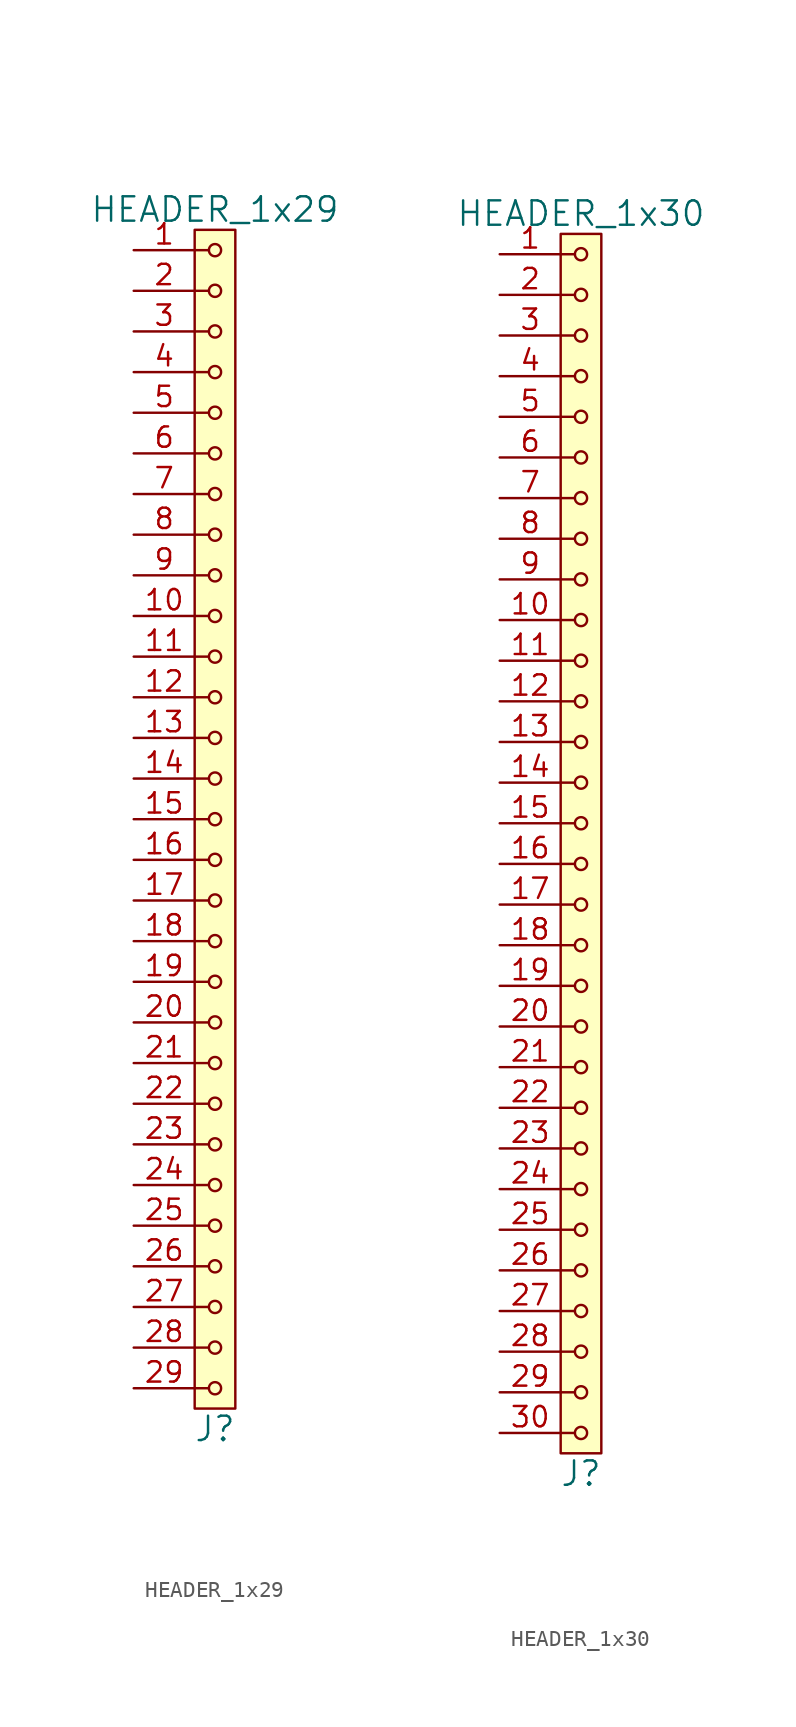
<source format=kicad_sym>
(kicad_symbol_lib
  (version 20211014)
  (generator kicad_symbol_editor)
  (symbol "HEADER_1x29"
    (pin_names
      (offset 1.016))
    (property "Reference" "J"
      (at 0 -38.1 0)
      (effects (font (size 1.524 1.524))))
    (property "Value" "HEADER_1x29"
      (at 0 38.1 0)
      (effects (font (size 1.524 1.524))))
    (property "Footprint" ""
      (at 0 35.56 0)
      (effects (font (size 1.524 1.524))))
    (property "Datasheet" ""
      (at 0 35.56 0)
      (effects (font (size 1.524 1.524))))
    (symbol "HEADER_1x29_0_1"
      (rectangle (start -1.27 36.83) (end 1.27 -36.83) (stroke (width 0) (type default) (color 0 0 0 0)) (fill (type background)))
      (circle (center 0 -35.56) (radius 0.381) (stroke (width 0) (type default) (color 0 0 0 0)) (fill (type none)))
      (circle (center 0 -33.02) (radius 0.381) (stroke (width 0) (type default) (color 0 0 0 0)) (fill (type none)))
      (circle (center 0 -30.48) (radius 0.381) (stroke (width 0) (type default) (color 0 0 0 0)) (fill (type none)))
      (circle (center 0 -27.94) (radius 0.381) (stroke (width 0) (type default) (color 0 0 0 0)) (fill (type none)))
      (circle (center 0 -25.4) (radius 0.381) (stroke (width 0) (type default) (color 0 0 0 0)) (fill (type none)))
      (circle (center 0 -22.86) (radius 0.381) (stroke (width 0) (type default) (color 0 0 0 0)) (fill (type none)))
      (circle (center 0 -20.32) (radius 0.381) (stroke (width 0) (type default) (color 0 0 0 0)) (fill (type none)))
      (circle (center 0 -17.78) (radius 0.381) (stroke (width 0) (type default) (color 0 0 0 0)) (fill (type none)))
      (circle (center 0 -15.24) (radius 0.381) (stroke (width 0) (type default) (color 0 0 0 0)) (fill (type none)))
      (circle (center 0 -12.7) (radius 0.381) (stroke (width 0) (type default) (color 0 0 0 0)) (fill (type none)))
      (circle (center 0 -10.16) (radius 0.381) (stroke (width 0) (type default) (color 0 0 0 0)) (fill (type none)))
      (circle (center 0 -7.62) (radius 0.381) (stroke (width 0) (type default) (color 0 0 0 0)) (fill (type none)))
      (circle (center 0 -5.08) (radius 0.381) (stroke (width 0) (type default) (color 0 0 0 0)) (fill (type none)))
      (circle (center 0 -2.54) (radius 0.381) (stroke (width 0) (type default) (color 0 0 0 0)) (fill (type none)))
      (polyline (pts (xy -1.27 -35.56) (xy -0.381 -35.56)) (stroke (width 0) (type default) (color 0 0 0 0)) (fill (type none)))
      (polyline (pts (xy -1.27 -33.02) (xy -0.381 -33.02)) (stroke (width 0) (type default) (color 0 0 0 0)) (fill (type none)))
      (polyline (pts (xy -1.27 -30.48) (xy -0.381 -30.48)) (stroke (width 0) (type default) (color 0 0 0 0)) (fill (type none)))
      (polyline (pts (xy -1.27 -27.94) (xy -0.381 -27.94)) (stroke (width 0) (type default) (color 0 0 0 0)) (fill (type none)))
      (polyline (pts (xy -1.27 -25.4) (xy -0.381 -25.4)) (stroke (width 0) (type default) (color 0 0 0 0)) (fill (type none)))
      (polyline (pts (xy -1.27 -22.86) (xy -0.381 -22.86)) (stroke (width 0) (type default) (color 0 0 0 0)) (fill (type none)))
      (polyline (pts (xy -1.27 -20.32) (xy -0.381 -20.32)) (stroke (width 0) (type default) (color 0 0 0 0)) (fill (type none)))
      (polyline (pts (xy -1.27 -17.78) (xy -0.381 -17.78)) (stroke (width 0) (type default) (color 0 0 0 0)) (fill (type none)))
      (polyline (pts (xy -1.27 -15.24) (xy -0.381 -15.24)) (stroke (width 0) (type default) (color 0 0 0 0)) (fill (type none)))
      (polyline (pts (xy -1.27 -12.7) (xy -0.381 -12.7)) (stroke (width 0) (type default) (color 0 0 0 0)) (fill (type none)))
      (polyline (pts (xy -1.27 -10.16) (xy -0.381 -10.16)) (stroke (width 0) (type default) (color 0 0 0 0)) (fill (type none)))
      (polyline (pts (xy -1.27 -7.62) (xy -0.381 -7.62)) (stroke (width 0) (type default) (color 0 0 0 0)) (fill (type none)))
      (polyline (pts (xy -1.27 -5.08) (xy -0.381 -5.08)) (stroke (width 0) (type default) (color 0 0 0 0)) (fill (type none)))
      (polyline (pts (xy -1.27 -2.54) (xy -0.381 -2.54)) (stroke (width 0) (type default) (color 0 0 0 0)) (fill (type none)))
      (polyline (pts (xy -1.27 0) (xy -0.381 0)) (stroke (width 0) (type default) (color 0 0 0 0)) (fill (type none)))
      (polyline (pts (xy -1.27 2.54) (xy -0.381 2.54)) (stroke (width 0) (type default) (color 0 0 0 0)) (fill (type none)))
      (polyline (pts (xy -1.27 5.08) (xy -0.381 5.08)) (stroke (width 0) (type default) (color 0 0 0 0)) (fill (type none)))
      (polyline (pts (xy -1.27 7.62) (xy -0.381 7.62)) (stroke (width 0) (type default) (color 0 0 0 0)) (fill (type none)))
      (polyline (pts (xy -1.27 10.16) (xy -0.381 10.16)) (stroke (width 0) (type default) (color 0 0 0 0)) (fill (type none)))
      (polyline (pts (xy -1.27 12.7) (xy -0.381 12.7)) (stroke (width 0) (type default) (color 0 0 0 0)) (fill (type none)))
      (polyline (pts (xy -1.27 15.24) (xy -0.381 15.24)) (stroke (width 0) (type default) (color 0 0 0 0)) (fill (type none)))
      (polyline (pts (xy -1.27 17.78) (xy -0.381 17.78)) (stroke (width 0) (type default) (color 0 0 0 0)) (fill (type none)))
      (polyline (pts (xy -1.27 20.32) (xy -0.381 20.32)) (stroke (width 0) (type default) (color 0 0 0 0)) (fill (type none)))
      (polyline (pts (xy -1.27 22.86) (xy -0.381 22.86)) (stroke (width 0) (type default) (color 0 0 0 0)) (fill (type none)))
      (polyline (pts (xy -1.27 25.4) (xy -0.381 25.4)) (stroke (width 0) (type default) (color 0 0 0 0)) (fill (type none)))
      (polyline (pts (xy -1.27 27.94) (xy -0.381 27.94)) (stroke (width 0) (type default) (color 0 0 0 0)) (fill (type none)))
      (polyline (pts (xy -1.27 30.48) (xy -0.381 30.48)) (stroke (width 0) (type default) (color 0 0 0 0)) (fill (type none)))
      (polyline (pts (xy -1.27 33.02) (xy -0.381 33.02)) (stroke (width 0) (type default) (color 0 0 0 0)) (fill (type none)))
      (polyline (pts (xy -1.27 35.56) (xy -0.381 35.56)) (stroke (width 0) (type default) (color 0 0 0 0)) (fill (type none)))
      (circle (center 0 0) (radius 0.381) (stroke (width 0) (type default) (color 0 0 0 0)) (fill (type none)))
      (circle (center 0 2.54) (radius 0.381) (stroke (width 0) (type default) (color 0 0 0 0)) (fill (type none)))
      (circle (center 0 5.08) (radius 0.381) (stroke (width 0) (type default) (color 0 0 0 0)) (fill (type none)))
      (circle (center 0 7.62) (radius 0.381) (stroke (width 0) (type default) (color 0 0 0 0)) (fill (type none)))
      (circle (center 0 10.16) (radius 0.381) (stroke (width 0) (type default) (color 0 0 0 0)) (fill (type none)))
      (circle (center 0 12.7) (radius 0.381) (stroke (width 0) (type default) (color 0 0 0 0)) (fill (type none)))
      (circle (center 0 15.24) (radius 0.381) (stroke (width 0) (type default) (color 0 0 0 0)) (fill (type none)))
      (circle (center 0 17.78) (radius 0.381) (stroke (width 0) (type default) (color 0 0 0 0)) (fill (type none)))
      (circle (center 0 20.32) (radius 0.381) (stroke (width 0) (type default) (color 0 0 0 0)) (fill (type none)))
      (circle (center 0 22.86) (radius 0.381) (stroke (width 0) (type default) (color 0 0 0 0)) (fill (type none)))
      (circle (center 0 25.4) (radius 0.381) (stroke (width 0) (type default) (color 0 0 0 0)) (fill (type none)))
      (circle (center 0 27.94) (radius 0.381) (stroke (width 0) (type default) (color 0 0 0 0)) (fill (type none)))
      (circle (center 0 30.48) (radius 0.381) (stroke (width 0) (type default) (color 0 0 0 0)) (fill (type none)))
      (circle (center 0 33.02) (radius 0.381) (stroke (width 0) (type default) (color 0 0 0 0)) (fill (type none)))
      (circle (center 0 35.56) (radius 0.381) (stroke (width 0) (type default) (color 0 0 0 0)) (fill (type none))))
    (symbol "HEADER_1x29_1_1"
      (pin input line (at -5.08 35.56 0) (length 3.81) (name "~" (effects (font (size 1.27 1.27)))) (number "1" (effects (font (size 1.27 1.27)))))
      (pin input line (at -5.08 12.7 0) (length 3.81) (name "~" (effects (font (size 1.27 1.27)))) (number "10" (effects (font (size 1.27 1.27)))))
      (pin input line (at -5.08 10.16 0) (length 3.81) (name "~" (effects (font (size 1.27 1.27)))) (number "11" (effects (font (size 1.27 1.27)))))
      (pin input line (at -5.08 7.62 0) (length 3.81) (name "~" (effects (font (size 1.27 1.27)))) (number "12" (effects (font (size 1.27 1.27)))))
      (pin input line (at -5.08 5.08 0) (length 3.81) (name "~" (effects (font (size 1.27 1.27)))) (number "13" (effects (font (size 1.27 1.27)))))
      (pin input line (at -5.08 2.54 0) (length 3.81) (name "~" (effects (font (size 1.27 1.27)))) (number "14" (effects (font (size 1.27 1.27)))))
      (pin input line (at -5.08 0 0) (length 3.81) (name "~" (effects (font (size 1.27 1.27)))) (number "15" (effects (font (size 1.27 1.27)))))
      (pin input line (at -5.08 -2.54 0) (length 3.81) (name "~" (effects (font (size 1.27 1.27)))) (number "16" (effects (font (size 1.27 1.27)))))
      (pin input line (at -5.08 -5.08 0) (length 3.81) (name "~" (effects (font (size 1.27 1.27)))) (number "17" (effects (font (size 1.27 1.27)))))
      (pin input line (at -5.08 -7.62 0) (length 3.81) (name "~" (effects (font (size 1.27 1.27)))) (number "18" (effects (font (size 1.27 1.27)))))
      (pin input line (at -5.08 -10.16 0) (length 3.81) (name "~" (effects (font (size 1.27 1.27)))) (number "19" (effects (font (size 1.27 1.27)))))
      (pin input line (at -5.08 33.02 0) (length 3.81) (name "~" (effects (font (size 1.27 1.27)))) (number "2" (effects (font (size 1.27 1.27)))))
      (pin input line (at -5.08 -12.7 0) (length 3.81) (name "~" (effects (font (size 1.27 1.27)))) (number "20" (effects (font (size 1.27 1.27)))))
      (pin input line (at -5.08 -15.24 0) (length 3.81) (name "~" (effects (font (size 1.27 1.27)))) (number "21" (effects (font (size 1.27 1.27)))))
      (pin input line (at -5.08 -17.78 0) (length 3.81) (name "~" (effects (font (size 1.27 1.27)))) (number "22" (effects (font (size 1.27 1.27)))))
      (pin input line (at -5.08 -20.32 0) (length 3.81) (name "~" (effects (font (size 1.27 1.27)))) (number "23" (effects (font (size 1.27 1.27)))))
      (pin input line (at -5.08 -22.86 0) (length 3.81) (name "~" (effects (font (size 1.27 1.27)))) (number "24" (effects (font (size 1.27 1.27)))))
      (pin input line (at -5.08 -25.4 0) (length 3.81) (name "~" (effects (font (size 1.27 1.27)))) (number "25" (effects (font (size 1.27 1.27)))))
      (pin input line (at -5.08 -27.94 0) (length 3.81) (name "~" (effects (font (size 1.27 1.27)))) (number "26" (effects (font (size 1.27 1.27)))))
      (pin input line (at -5.08 -30.48 0) (length 3.81) (name "~" (effects (font (size 1.27 1.27)))) (number "27" (effects (font (size 1.27 1.27)))))
      (pin input line (at -5.08 -33.02 0) (length 3.81) (name "~" (effects (font (size 1.27 1.27)))) (number "28" (effects (font (size 1.27 1.27)))))
      (pin input line (at -5.08 -35.56 0) (length 3.81) (name "~" (effects (font (size 1.27 1.27)))) (number "29" (effects (font (size 1.27 1.27)))))
      (pin input line (at -5.08 30.48 0) (length 3.81) (name "~" (effects (font (size 1.27 1.27)))) (number "3" (effects (font (size 1.27 1.27)))))
      (pin input line (at -5.08 27.94 0) (length 3.81) (name "~" (effects (font (size 1.27 1.27)))) (number "4" (effects (font (size 1.27 1.27)))))
      (pin input line (at -5.08 25.4 0) (length 3.81) (name "~" (effects (font (size 1.27 1.27)))) (number "5" (effects (font (size 1.27 1.27)))))
      (pin input line (at -5.08 22.86 0) (length 3.81) (name "~" (effects (font (size 1.27 1.27)))) (number "6" (effects (font (size 1.27 1.27)))))
      (pin input line (at -5.08 20.32 0) (length 3.81) (name "~" (effects (font (size 1.27 1.27)))) (number "7" (effects (font (size 1.27 1.27)))))
      (pin input line (at -5.08 17.78 0) (length 3.81) (name "~" (effects (font (size 1.27 1.27)))) (number "8" (effects (font (size 1.27 1.27)))))
      (pin input line (at -5.08 15.24 0) (length 3.81) (name "~" (effects (font (size 1.27 1.27)))) (number "9" (effects (font (size 1.27 1.27)))))))
  (symbol "HEADER_1x30"
    (pin_names
      (offset 1.016))
    (property "Reference" "J"
      (at 0 -39.37 0)
      (effects (font (size 1.524 1.524))))
    (property "Value" "HEADER_1x30"
      (at 0 39.37 0)
      (effects (font (size 1.524 1.524))))
    (property "Footprint" ""
      (at 0 36.83 0)
      (effects (font (size 1.524 1.524))))
    (property "Datasheet" ""
      (at 0 36.83 0)
      (effects (font (size 1.524 1.524))))
    (symbol "HEADER_1x30_0_1"
      (rectangle (start -1.27 38.1) (end 1.27 -38.1) (stroke (width 0) (type default) (color 0 0 0 0)) (fill (type background)))
      (circle (center 0 -36.83) (radius 0.381) (stroke (width 0) (type default) (color 0 0 0 0)) (fill (type none)))
      (circle (center 0 -34.29) (radius 0.381) (stroke (width 0) (type default) (color 0 0 0 0)) (fill (type none)))
      (circle (center 0 -31.75) (radius 0.381) (stroke (width 0) (type default) (color 0 0 0 0)) (fill (type none)))
      (circle (center 0 -29.21) (radius 0.381) (stroke (width 0) (type default) (color 0 0 0 0)) (fill (type none)))
      (circle (center 0 -26.67) (radius 0.381) (stroke (width 0) (type default) (color 0 0 0 0)) (fill (type none)))
      (circle (center 0 -24.13) (radius 0.381) (stroke (width 0) (type default) (color 0 0 0 0)) (fill (type none)))
      (circle (center 0 -21.59) (radius 0.381) (stroke (width 0) (type default) (color 0 0 0 0)) (fill (type none)))
      (circle (center 0 -19.05) (radius 0.381) (stroke (width 0) (type default) (color 0 0 0 0)) (fill (type none)))
      (circle (center 0 -16.51) (radius 0.381) (stroke (width 0) (type default) (color 0 0 0 0)) (fill (type none)))
      (circle (center 0 -13.97) (radius 0.381) (stroke (width 0) (type default) (color 0 0 0 0)) (fill (type none)))
      (circle (center 0 -11.43) (radius 0.381) (stroke (width 0) (type default) (color 0 0 0 0)) (fill (type none)))
      (circle (center 0 -8.89) (radius 0.381) (stroke (width 0) (type default) (color 0 0 0 0)) (fill (type none)))
      (circle (center 0 -6.35) (radius 0.381) (stroke (width 0) (type default) (color 0 0 0 0)) (fill (type none)))
      (circle (center 0 -3.81) (radius 0.381) (stroke (width 0) (type default) (color 0 0 0 0)) (fill (type none)))
      (circle (center 0 -1.27) (radius 0.381) (stroke (width 0) (type default) (color 0 0 0 0)) (fill (type none)))
      (polyline (pts (xy -1.27 -36.83) (xy -0.381 -36.83)) (stroke (width 0) (type default) (color 0 0 0 0)) (fill (type none)))
      (polyline (pts (xy -1.27 -34.29) (xy -0.381 -34.29)) (stroke (width 0) (type default) (color 0 0 0 0)) (fill (type none)))
      (polyline (pts (xy -1.27 -31.75) (xy -0.381 -31.75)) (stroke (width 0) (type default) (color 0 0 0 0)) (fill (type none)))
      (polyline (pts (xy -1.27 -29.21) (xy -0.381 -29.21)) (stroke (width 0) (type default) (color 0 0 0 0)) (fill (type none)))
      (polyline (pts (xy -1.27 -26.67) (xy -0.381 -26.67)) (stroke (width 0) (type default) (color 0 0 0 0)) (fill (type none)))
      (polyline (pts (xy -1.27 -24.13) (xy -0.381 -24.13)) (stroke (width 0) (type default) (color 0 0 0 0)) (fill (type none)))
      (polyline (pts (xy -1.27 -21.59) (xy -0.381 -21.59)) (stroke (width 0) (type default) (color 0 0 0 0)) (fill (type none)))
      (polyline (pts (xy -1.27 -19.05) (xy -0.381 -19.05)) (stroke (width 0) (type default) (color 0 0 0 0)) (fill (type none)))
      (polyline (pts (xy -1.27 -16.51) (xy -0.381 -16.51)) (stroke (width 0) (type default) (color 0 0 0 0)) (fill (type none)))
      (polyline (pts (xy -1.27 -13.97) (xy -0.381 -13.97)) (stroke (width 0) (type default) (color 0 0 0 0)) (fill (type none)))
      (polyline (pts (xy -1.27 -11.43) (xy -0.381 -11.43)) (stroke (width 0) (type default) (color 0 0 0 0)) (fill (type none)))
      (polyline (pts (xy -1.27 -8.89) (xy -0.381 -8.89)) (stroke (width 0) (type default) (color 0 0 0 0)) (fill (type none)))
      (polyline (pts (xy -1.27 -6.35) (xy -0.381 -6.35)) (stroke (width 0) (type default) (color 0 0 0 0)) (fill (type none)))
      (polyline (pts (xy -1.27 -3.81) (xy -0.381 -3.81)) (stroke (width 0) (type default) (color 0 0 0 0)) (fill (type none)))
      (polyline (pts (xy -1.27 -1.27) (xy -0.381 -1.27)) (stroke (width 0) (type default) (color 0 0 0 0)) (fill (type none)))
      (polyline (pts (xy -1.27 1.27) (xy -0.381 1.27)) (stroke (width 0) (type default) (color 0 0 0 0)) (fill (type none)))
      (polyline (pts (xy -1.27 3.81) (xy -0.381 3.81)) (stroke (width 0) (type default) (color 0 0 0 0)) (fill (type none)))
      (polyline (pts (xy -1.27 6.35) (xy -0.381 6.35)) (stroke (width 0) (type default) (color 0 0 0 0)) (fill (type none)))
      (polyline (pts (xy -1.27 8.89) (xy -0.381 8.89)) (stroke (width 0) (type default) (color 0 0 0 0)) (fill (type none)))
      (polyline (pts (xy -1.27 11.43) (xy -0.381 11.43)) (stroke (width 0) (type default) (color 0 0 0 0)) (fill (type none)))
      (polyline (pts (xy -1.27 13.97) (xy -0.381 13.97)) (stroke (width 0) (type default) (color 0 0 0 0)) (fill (type none)))
      (polyline (pts (xy -1.27 16.51) (xy -0.381 16.51)) (stroke (width 0) (type default) (color 0 0 0 0)) (fill (type none)))
      (polyline (pts (xy -1.27 19.05) (xy -0.381 19.05)) (stroke (width 0) (type default) (color 0 0 0 0)) (fill (type none)))
      (polyline (pts (xy -1.27 21.59) (xy -0.381 21.59)) (stroke (width 0) (type default) (color 0 0 0 0)) (fill (type none)))
      (polyline (pts (xy -1.27 24.13) (xy -0.381 24.13)) (stroke (width 0) (type default) (color 0 0 0 0)) (fill (type none)))
      (polyline (pts (xy -1.27 26.67) (xy -0.381 26.67)) (stroke (width 0) (type default) (color 0 0 0 0)) (fill (type none)))
      (polyline (pts (xy -1.27 29.21) (xy -0.381 29.21)) (stroke (width 0) (type default) (color 0 0 0 0)) (fill (type none)))
      (polyline (pts (xy -1.27 31.75) (xy -0.381 31.75)) (stroke (width 0) (type default) (color 0 0 0 0)) (fill (type none)))
      (polyline (pts (xy -1.27 34.29) (xy -0.381 34.29)) (stroke (width 0) (type default) (color 0 0 0 0)) (fill (type none)))
      (polyline (pts (xy -1.27 36.83) (xy -0.381 36.83)) (stroke (width 0) (type default) (color 0 0 0 0)) (fill (type none)))
      (circle (center 0 1.27) (radius 0.381) (stroke (width 0) (type default) (color 0 0 0 0)) (fill (type none)))
      (circle (center 0 3.81) (radius 0.381) (stroke (width 0) (type default) (color 0 0 0 0)) (fill (type none)))
      (circle (center 0 6.35) (radius 0.381) (stroke (width 0) (type default) (color 0 0 0 0)) (fill (type none)))
      (circle (center 0 8.89) (radius 0.381) (stroke (width 0) (type default) (color 0 0 0 0)) (fill (type none)))
      (circle (center 0 11.43) (radius 0.381) (stroke (width 0) (type default) (color 0 0 0 0)) (fill (type none)))
      (circle (center 0 13.97) (radius 0.381) (stroke (width 0) (type default) (color 0 0 0 0)) (fill (type none)))
      (circle (center 0 16.51) (radius 0.381) (stroke (width 0) (type default) (color 0 0 0 0)) (fill (type none)))
      (circle (center 0 19.05) (radius 0.381) (stroke (width 0) (type default) (color 0 0 0 0)) (fill (type none)))
      (circle (center 0 21.59) (radius 0.381) (stroke (width 0) (type default) (color 0 0 0 0)) (fill (type none)))
      (circle (center 0 24.13) (radius 0.381) (stroke (width 0) (type default) (color 0 0 0 0)) (fill (type none)))
      (circle (center 0 26.67) (radius 0.381) (stroke (width 0) (type default) (color 0 0 0 0)) (fill (type none)))
      (circle (center 0 29.21) (radius 0.381) (stroke (width 0) (type default) (color 0 0 0 0)) (fill (type none)))
      (circle (center 0 31.75) (radius 0.381) (stroke (width 0) (type default) (color 0 0 0 0)) (fill (type none)))
      (circle (center 0 34.29) (radius 0.381) (stroke (width 0) (type default) (color 0 0 0 0)) (fill (type none)))
      (circle (center 0 36.83) (radius 0.381) (stroke (width 0) (type default) (color 0 0 0 0)) (fill (type none))))
    (symbol "HEADER_1x30_1_1"
      (pin input line (at -5.08 36.83 0) (length 3.81) (name "~" (effects (font (size 1.27 1.27)))) (number "1" (effects (font (size 1.27 1.27)))))
      (pin input line (at -5.08 13.97 0) (length 3.81) (name "~" (effects (font (size 1.27 1.27)))) (number "10" (effects (font (size 1.27 1.27)))))
      (pin input line (at -5.08 11.43 0) (length 3.81) (name "~" (effects (font (size 1.27 1.27)))) (number "11" (effects (font (size 1.27 1.27)))))
      (pin input line (at -5.08 8.89 0) (length 3.81) (name "~" (effects (font (size 1.27 1.27)))) (number "12" (effects (font (size 1.27 1.27)))))
      (pin input line (at -5.08 6.35 0) (length 3.81) (name "~" (effects (font (size 1.27 1.27)))) (number "13" (effects (font (size 1.27 1.27)))))
      (pin input line (at -5.08 3.81 0) (length 3.81) (name "~" (effects (font (size 1.27 1.27)))) (number "14" (effects (font (size 1.27 1.27)))))
      (pin input line (at -5.08 1.27 0) (length 3.81) (name "~" (effects (font (size 1.27 1.27)))) (number "15" (effects (font (size 1.27 1.27)))))
      (pin input line (at -5.08 -1.27 0) (length 3.81) (name "~" (effects (font (size 1.27 1.27)))) (number "16" (effects (font (size 1.27 1.27)))))
      (pin input line (at -5.08 -3.81 0) (length 3.81) (name "~" (effects (font (size 1.27 1.27)))) (number "17" (effects (font (size 1.27 1.27)))))
      (pin input line (at -5.08 -6.35 0) (length 3.81) (name "~" (effects (font (size 1.27 1.27)))) (number "18" (effects (font (size 1.27 1.27)))))
      (pin input line (at -5.08 -8.89 0) (length 3.81) (name "~" (effects (font (size 1.27 1.27)))) (number "19" (effects (font (size 1.27 1.27)))))
      (pin input line (at -5.08 34.29 0) (length 3.81) (name "~" (effects (font (size 1.27 1.27)))) (number "2" (effects (font (size 1.27 1.27)))))
      (pin input line (at -5.08 -11.43 0) (length 3.81) (name "~" (effects (font (size 1.27 1.27)))) (number "20" (effects (font (size 1.27 1.27)))))
      (pin input line (at -5.08 -13.97 0) (length 3.81) (name "~" (effects (font (size 1.27 1.27)))) (number "21" (effects (font (size 1.27 1.27)))))
      (pin input line (at -5.08 -16.51 0) (length 3.81) (name "~" (effects (font (size 1.27 1.27)))) (number "22" (effects (font (size 1.27 1.27)))))
      (pin input line (at -5.08 -19.05 0) (length 3.81) (name "~" (effects (font (size 1.27 1.27)))) (number "23" (effects (font (size 1.27 1.27)))))
      (pin input line (at -5.08 -21.59 0) (length 3.81) (name "~" (effects (font (size 1.27 1.27)))) (number "24" (effects (font (size 1.27 1.27)))))
      (pin input line (at -5.08 -24.13 0) (length 3.81) (name "~" (effects (font (size 1.27 1.27)))) (number "25" (effects (font (size 1.27 1.27)))))
      (pin input line (at -5.08 -26.67 0) (length 3.81) (name "~" (effects (font (size 1.27 1.27)))) (number "26" (effects (font (size 1.27 1.27)))))
      (pin input line (at -5.08 -29.21 0) (length 3.81) (name "~" (effects (font (size 1.27 1.27)))) (number "27" (effects (font (size 1.27 1.27)))))
      (pin input line (at -5.08 -31.75 0) (length 3.81) (name "~" (effects (font (size 1.27 1.27)))) (number "28" (effects (font (size 1.27 1.27)))))
      (pin input line (at -5.08 -34.29 0) (length 3.81) (name "~" (effects (font (size 1.27 1.27)))) (number "29" (effects (font (size 1.27 1.27)))))
      (pin input line (at -5.08 31.75 0) (length 3.81) (name "~" (effects (font (size 1.27 1.27)))) (number "3" (effects (font (size 1.27 1.27)))))
      (pin input line (at -5.08 -36.83 0) (length 3.81) (name "~" (effects (font (size 1.27 1.27)))) (number "30" (effects (font (size 1.27 1.27)))))
      (pin input line (at -5.08 29.21 0) (length 3.81) (name "~" (effects (font (size 1.27 1.27)))) (number "4" (effects (font (size 1.27 1.27)))))
      (pin input line (at -5.08 26.67 0) (length 3.81) (name "~" (effects (font (size 1.27 1.27)))) (number "5" (effects (font (size 1.27 1.27)))))
      (pin input line (at -5.08 24.13 0) (length 3.81) (name "~" (effects (font (size 1.27 1.27)))) (number "6" (effects (font (size 1.27 1.27)))))
      (pin input line (at -5.08 21.59 0) (length 3.81) (name "~" (effects (font (size 1.27 1.27)))) (number "7" (effects (font (size 1.27 1.27)))))
      (pin input line (at -5.08 19.05 0) (length 3.81) (name "~" (effects (font (size 1.27 1.27)))) (number "8" (effects (font (size 1.27 1.27)))))
      (pin input line (at -5.08 16.51 0) (length 3.81) (name "~" (effects (font (size 1.27 1.27)))) (number "9" (effects (font (size 1.27 1.27))))))))
</source>
